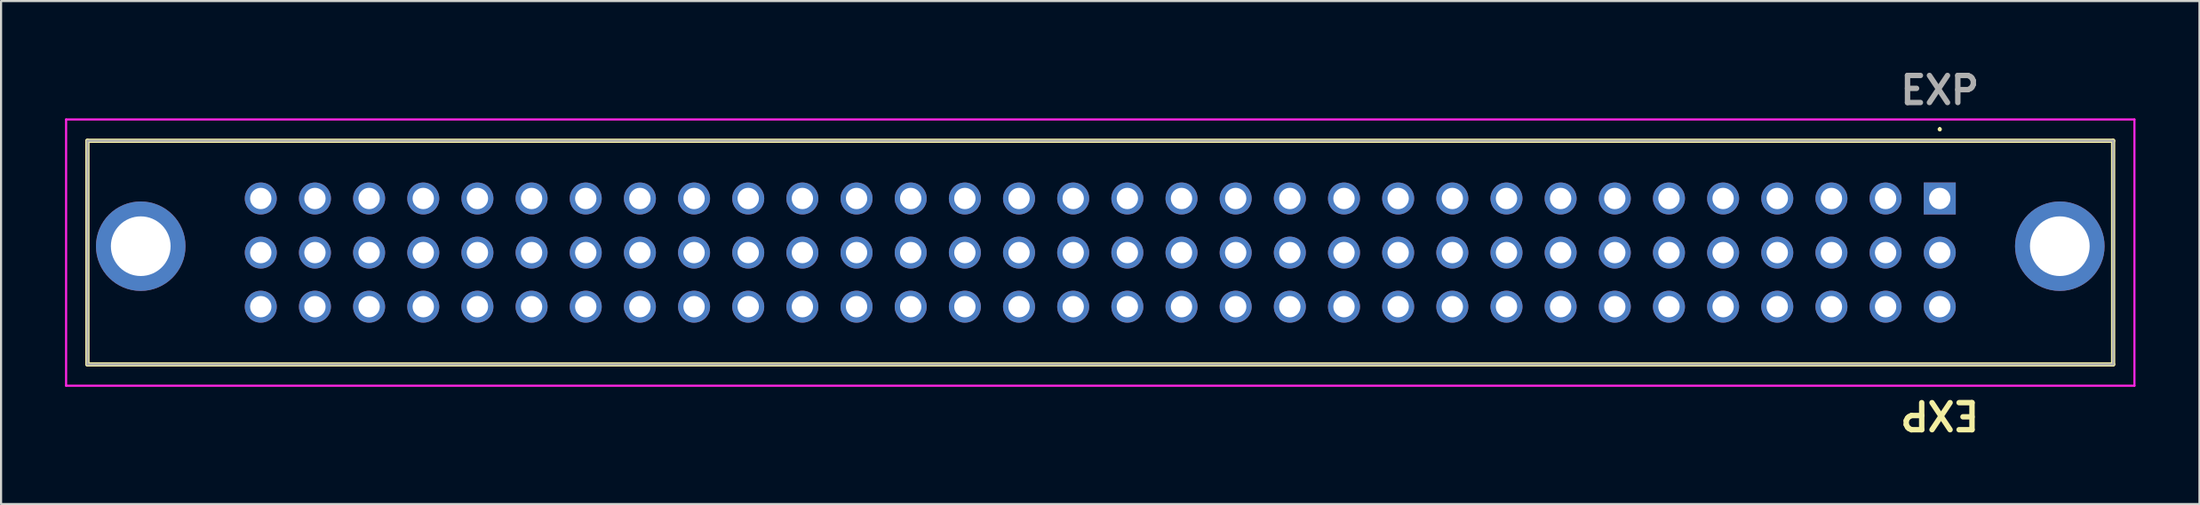
<source format=kicad_pcb>
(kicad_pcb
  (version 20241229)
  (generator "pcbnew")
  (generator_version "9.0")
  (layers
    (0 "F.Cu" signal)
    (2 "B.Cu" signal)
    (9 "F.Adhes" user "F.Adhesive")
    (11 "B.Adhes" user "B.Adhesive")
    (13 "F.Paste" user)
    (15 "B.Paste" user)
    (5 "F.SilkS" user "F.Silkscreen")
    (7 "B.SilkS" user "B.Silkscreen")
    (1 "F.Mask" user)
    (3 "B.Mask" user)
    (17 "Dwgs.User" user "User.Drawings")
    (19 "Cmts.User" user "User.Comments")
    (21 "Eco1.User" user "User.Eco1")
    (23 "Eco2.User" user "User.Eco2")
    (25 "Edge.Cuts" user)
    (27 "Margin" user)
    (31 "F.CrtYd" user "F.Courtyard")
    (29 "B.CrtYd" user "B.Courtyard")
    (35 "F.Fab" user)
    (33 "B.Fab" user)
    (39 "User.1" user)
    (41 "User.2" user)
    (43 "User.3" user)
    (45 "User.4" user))
  (footprint "EXP"
    (layer "F.Cu")
    (at 87.92 6.269)
    (property "Reference" "EXP" (at 0 10.16 180) (unlocked yes) (layer "F.SilkS") (effects (font (size 1.27 1.27) (thickness 0.254))))
    (attr through_hole)
    (fp_line (start -86.87 -2.71) (end 8.13 -2.71) (stroke (width 0.2) (type solid)) (layer "F.SilkS"))
    (fp_line (start -86.87 7.79) (end -86.87 -2.71) (stroke (width 0.2) (type solid)) (layer "F.SilkS"))
    (fp_line (start 0 -3.3) (end 0 -3.3) (stroke (width 0.1) (type solid)) (layer "F.SilkS"))
    (fp_line (start 0 -3.2) (end 0 -3.2) (stroke (width 0.1) (type solid)) (layer "F.SilkS"))
    (fp_line (start 8.13 -2.71) (end 8.13 7.79) (stroke (width 0.2) (type solid)) (layer "F.SilkS"))
    (fp_line (start 8.13 7.79) (end -86.87 7.79) (stroke (width 0.2) (type solid)) (layer "F.SilkS"))
    (fp_arc (start 0 -3.3) (mid 0.05 -3.25) (end 0 -3.2) (stroke (width 0.1) (type solid)) (layer "F.SilkS"))
    (fp_arc (start 0 -3.2) (mid -0.05 -3.25) (end 0 -3.3) (stroke (width 0.1) (type solid)) (layer "F.SilkS"))
    (fp_line (start -87.87 -3.71) (end 9.13 -3.71) (stroke (width 0.1) (type solid)) (layer "F.CrtYd"))
    (fp_line (start -87.87 8.79) (end -87.87 -3.71) (stroke (width 0.1) (type solid)) (layer "F.CrtYd"))
    (fp_line (start 9.13 -3.71) (end 9.13 8.79) (stroke (width 0.1) (type solid)) (layer "F.CrtYd"))
    (fp_line (start 9.13 8.79) (end -87.87 8.79) (stroke (width 0.1) (type solid)) (layer "F.CrtYd"))
    (fp_line (start -86.87 -2.71) (end 8.13 -2.71) (stroke (width 0.1) (type solid)) (layer "F.Fab"))
    (fp_line (start -86.87 7.79) (end -86.87 -2.71) (stroke (width 0.1) (type solid)) (layer "F.Fab"))
    (fp_line (start 8.13 -2.71) (end 8.13 7.79) (stroke (width 0.1) (type solid)) (layer "F.Fab"))
    (fp_line (start 8.13 7.79) (end -86.87 7.79) (stroke (width 0.1) (type solid)) (layer "F.Fab"))
    (fp_text user "${REFERENCE}" (at 0 -5.08 0) (layer "F.Fab") (effects (font (size 1.27 1.27) (thickness 0.254))))
    (pad "A1" thru_hole rect (at 0 0) (size 1.5 1.5) (drill 1) (layers "*.Cu" "*.Mask"))
    (pad "A2" thru_hole circle (at -2.54 0) (size 1.5 1.5) (drill 1) (layers "*.Cu" "*.Mask"))
    (pad "A3" thru_hole circle (at -5.08 0) (size 1.5 1.5) (drill 1) (layers "*.Cu" "*.Mask"))
    (pad "A4" thru_hole circle (at -7.62 0) (size 1.5 1.5) (drill 1) (layers "*.Cu" "*.Mask"))
    (pad "A5" thru_hole circle (at -10.16 0) (size 1.5 1.5) (drill 1) (layers "*.Cu" "*.Mask"))
    (pad "A6" thru_hole circle (at -12.7 0) (size 1.5 1.5) (drill 1) (layers "*.Cu" "*.Mask"))
    (pad "A7" thru_hole circle (at -15.24 0) (size 1.5 1.5) (drill 1) (layers "*.Cu" "*.Mask"))
    (pad "A8" thru_hole circle (at -17.78 0) (size 1.5 1.5) (drill 1) (layers "*.Cu" "*.Mask"))
    (pad "A9" thru_hole circle (at -20.32 0) (size 1.5 1.5) (drill 1) (layers "*.Cu" "*.Mask"))
    (pad "A10" thru_hole circle (at -22.86 0) (size 1.5 1.5) (drill 1) (layers "*.Cu" "*.Mask"))
    (pad "A11" thru_hole circle (at -25.4 0) (size 1.5 1.5) (drill 1) (layers "*.Cu" "*.Mask"))
    (pad "A12" thru_hole circle (at -27.94 0) (size 1.5 1.5) (drill 1) (layers "*.Cu" "*.Mask"))
    (pad "A13" thru_hole circle (at -30.48 0) (size 1.5 1.5) (drill 1) (layers "*.Cu" "*.Mask"))
    (pad "A14" thru_hole circle (at -33.02 0) (size 1.5 1.5) (drill 1) (layers "*.Cu" "*.Mask"))
    (pad "A15" thru_hole circle (at -35.56 0) (size 1.5 1.5) (drill 1) (layers "*.Cu" "*.Mask"))
    (pad "A16" thru_hole circle (at -38.1 0) (size 1.5 1.5) (drill 1) (layers "*.Cu" "*.Mask"))
    (pad "A17" thru_hole circle (at -40.64 0) (size 1.5 1.5) (drill 1) (layers "*.Cu" "*.Mask"))
    (pad "A18" thru_hole circle (at -43.18 0) (size 1.5 1.5) (drill 1) (layers "*.Cu" "*.Mask"))
    (pad "A19" thru_hole circle (at -45.72 0) (size 1.5 1.5) (drill 1) (layers "*.Cu" "*.Mask"))
    (pad "A20" thru_hole circle (at -48.26 0) (size 1.5 1.5) (drill 1) (layers "*.Cu" "*.Mask"))
    (pad "A21" thru_hole circle (at -50.8 0) (size 1.5 1.5) (drill 1) (layers "*.Cu" "*.Mask"))
    (pad "A22" thru_hole circle (at -53.34 0) (size 1.5 1.5) (drill 1) (layers "*.Cu" "*.Mask"))
    (pad "A23" thru_hole circle (at -55.88 0) (size 1.5 1.5) (drill 1) (layers "*.Cu" "*.Mask"))
    (pad "A24" thru_hole circle (at -58.42 0) (size 1.5 1.5) (drill 1) (layers "*.Cu" "*.Mask"))
    (pad "A25" thru_hole circle (at -60.96 0) (size 1.5 1.5) (drill 1) (layers "*.Cu" "*.Mask"))
    (pad "A26" thru_hole circle (at -63.5 0) (size 1.5 1.5) (drill 1) (layers "*.Cu" "*.Mask"))
    (pad "A27" thru_hole circle (at -66.04 0) (size 1.5 1.5) (drill 1) (layers "*.Cu" "*.Mask"))
    (pad "A28" thru_hole circle (at -68.58 0) (size 1.5 1.5) (drill 1) (layers "*.Cu" "*.Mask"))
    (pad "A29" thru_hole circle (at -71.12 0) (size 1.5 1.5) (drill 1) (layers "*.Cu" "*.Mask"))
    (pad "A30" thru_hole circle (at -73.66 0) (size 1.5 1.5) (drill 1) (layers "*.Cu" "*.Mask"))
    (pad "A31" thru_hole circle (at -76.2 0) (size 1.5 1.5) (drill 1) (layers "*.Cu" "*.Mask"))
    (pad "A32" thru_hole circle (at -78.74 0) (size 1.5 1.5) (drill 1) (layers "*.Cu" "*.Mask"))
    (pad "B1" thru_hole circle (at 0 2.54) (size 1.5 1.5) (drill 1) (layers "*.Cu" "*.Mask"))
    (pad "B2" thru_hole circle (at -2.54 2.54) (size 1.5 1.5) (drill 1) (layers "*.Cu" "*.Mask"))
    (pad "B3" thru_hole circle (at -5.08 2.54) (size 1.5 1.5) (drill 1) (layers "*.Cu" "*.Mask"))
    (pad "B4" thru_hole circle (at -7.62 2.54) (size 1.5 1.5) (drill 1) (layers "*.Cu" "*.Mask"))
    (pad "B5" thru_hole circle (at -10.16 2.54) (size 1.5 1.5) (drill 1) (layers "*.Cu" "*.Mask"))
    (pad "B6" thru_hole circle (at -12.7 2.54) (size 1.5 1.5) (drill 1) (layers "*.Cu" "*.Mask"))
    (pad "B7" thru_hole circle (at -15.24 2.54) (size 1.5 1.5) (drill 1) (layers "*.Cu" "*.Mask"))
    (pad "B8" thru_hole circle (at -17.78 2.54) (size 1.5 1.5) (drill 1) (layers "*.Cu" "*.Mask"))
    (pad "B9" thru_hole circle (at -20.32 2.54) (size 1.5 1.5) (drill 1) (layers "*.Cu" "*.Mask"))
    (pad "B10" thru_hole circle (at -22.86 2.54) (size 1.5 1.5) (drill 1) (layers "*.Cu" "*.Mask"))
    (pad "B11" thru_hole circle (at -25.4 2.54) (size 1.5 1.5) (drill 1) (layers "*.Cu" "*.Mask"))
    (pad "B12" thru_hole circle (at -27.94 2.54) (size 1.5 1.5) (drill 1) (layers "*.Cu" "*.Mask"))
    (pad "B13" thru_hole circle (at -30.48 2.54) (size 1.5 1.5) (drill 1) (layers "*.Cu" "*.Mask"))
    (pad "B14" thru_hole circle (at -33.02 2.54) (size 1.5 1.5) (drill 1) (layers "*.Cu" "*.Mask"))
    (pad "B15" thru_hole circle (at -35.56 2.54) (size 1.5 1.5) (drill 1) (layers "*.Cu" "*.Mask"))
    (pad "B16" thru_hole circle (at -38.1 2.54) (size 1.5 1.5) (drill 1) (layers "*.Cu" "*.Mask"))
    (pad "B17" thru_hole circle (at -40.64 2.54) (size 1.5 1.5) (drill 1) (layers "*.Cu" "*.Mask"))
    (pad "B18" thru_hole circle (at -43.18 2.54) (size 1.5 1.5) (drill 1) (layers "*.Cu" "*.Mask"))
    (pad "B19" thru_hole circle (at -45.72 2.54) (size 1.5 1.5) (drill 1) (layers "*.Cu" "*.Mask"))
    (pad "B20" thru_hole circle (at -48.26 2.54) (size 1.5 1.5) (drill 1) (layers "*.Cu" "*.Mask"))
    (pad "B21" thru_hole circle (at -50.8 2.54) (size 1.5 1.5) (drill 1) (layers "*.Cu" "*.Mask"))
    (pad "B22" thru_hole circle (at -53.34 2.54) (size 1.5 1.5) (drill 1) (layers "*.Cu" "*.Mask"))
    (pad "B23" thru_hole circle (at -55.88 2.54) (size 1.5 1.5) (drill 1) (layers "*.Cu" "*.Mask"))
    (pad "B24" thru_hole circle (at -58.42 2.54) (size 1.5 1.5) (drill 1) (layers "*.Cu" "*.Mask"))
    (pad "B25" thru_hole circle (at -60.96 2.54) (size 1.5 1.5) (drill 1) (layers "*.Cu" "*.Mask"))
    (pad "B26" thru_hole circle (at -63.5 2.54) (size 1.5 1.5) (drill 1) (layers "*.Cu" "*.Mask"))
    (pad "B27" thru_hole circle (at -66.04 2.54) (size 1.5 1.5) (drill 1) (layers "*.Cu" "*.Mask"))
    (pad "B28" thru_hole circle (at -68.58 2.54) (size 1.5 1.5) (drill 1) (layers "*.Cu" "*.Mask"))
    (pad "B29" thru_hole circle (at -71.12 2.54) (size 1.5 1.5) (drill 1) (layers "*.Cu" "*.Mask"))
    (pad "B30" thru_hole circle (at -73.66 2.54) (size 1.5 1.5) (drill 1) (layers "*.Cu" "*.Mask"))
    (pad "B31" thru_hole circle (at -76.2 2.54) (size 1.5 1.5) (drill 1) (layers "*.Cu" "*.Mask"))
    (pad "B32" thru_hole circle (at -78.74 2.54) (size 1.5 1.5) (drill 1) (layers "*.Cu" "*.Mask"))
    (pad "C1" thru_hole circle (at 0 5.08) (size 1.5 1.5) (drill 1) (layers "*.Cu" "*.Mask"))
    (pad "C2" thru_hole circle (at -2.54 5.08) (size 1.5 1.5) (drill 1) (layers "*.Cu" "*.Mask"))
    (pad "C3" thru_hole circle (at -5.08 5.08) (size 1.5 1.5) (drill 1) (layers "*.Cu" "*.Mask"))
    (pad "C4" thru_hole circle (at -7.62 5.08) (size 1.5 1.5) (drill 1) (layers "*.Cu" "*.Mask"))
    (pad "C5" thru_hole circle (at -10.16 5.08) (size 1.5 1.5) (drill 1) (layers "*.Cu" "*.Mask"))
    (pad "C6" thru_hole circle (at -12.7 5.08) (size 1.5 1.5) (drill 1) (layers "*.Cu" "*.Mask"))
    (pad "C7" thru_hole circle (at -15.24 5.08) (size 1.5 1.5) (drill 1) (layers "*.Cu" "*.Mask"))
    (pad "C8" thru_hole circle (at -17.78 5.08) (size 1.5 1.5) (drill 1) (layers "*.Cu" "*.Mask"))
    (pad "C9" thru_hole circle (at -20.32 5.08) (size 1.5 1.5) (drill 1) (layers "*.Cu" "*.Mask"))
    (pad "C10" thru_hole circle (at -22.86 5.08) (size 1.5 1.5) (drill 1) (layers "*.Cu" "*.Mask"))
    (pad "C11" thru_hole circle (at -25.4 5.08) (size 1.5 1.5) (drill 1) (layers "*.Cu" "*.Mask"))
    (pad "C12" thru_hole circle (at -27.94 5.08) (size 1.5 1.5) (drill 1) (layers "*.Cu" "*.Mask"))
    (pad "C13" thru_hole circle (at -30.48 5.08) (size 1.5 1.5) (drill 1) (layers "*.Cu" "*.Mask"))
    (pad "C14" thru_hole circle (at -33.02 5.08) (size 1.5 1.5) (drill 1) (layers "*.Cu" "*.Mask"))
    (pad "C15" thru_hole circle (at -35.56 5.08) (size 1.5 1.5) (drill 1) (layers "*.Cu" "*.Mask"))
    (pad "C16" thru_hole circle (at -38.1 5.08) (size 1.5 1.5) (drill 1) (layers "*.Cu" "*.Mask"))
    (pad "C17" thru_hole circle (at -40.64 5.08) (size 1.5 1.5) (drill 1) (layers "*.Cu" "*.Mask"))
    (pad "C18" thru_hole circle (at -43.18 5.08) (size 1.5 1.5) (drill 1) (layers "*.Cu" "*.Mask"))
    (pad "C19" thru_hole circle (at -45.72 5.08) (size 1.5 1.5) (drill 1) (layers "*.Cu" "*.Mask"))
    (pad "C20" thru_hole circle (at -48.26 5.08) (size 1.5 1.5) (drill 1) (layers "*.Cu" "*.Mask"))
    (pad "C21" thru_hole circle (at -50.8 5.08) (size 1.5 1.5) (drill 1) (layers "*.Cu" "*.Mask"))
    (pad "C22" thru_hole circle (at -53.34 5.08) (size 1.5 1.5) (drill 1) (layers "*.Cu" "*.Mask"))
    (pad "C23" thru_hole circle (at -55.88 5.08) (size 1.5 1.5) (drill 1) (layers "*.Cu" "*.Mask"))
    (pad "C24" thru_hole circle (at -58.42 5.08) (size 1.5 1.5) (drill 1) (layers "*.Cu" "*.Mask"))
    (pad "C25" thru_hole circle (at -60.96 5.08) (size 1.5 1.5) (drill 1) (layers "*.Cu" "*.Mask"))
    (pad "C26" thru_hole circle (at -63.5 5.08) (size 1.5 1.5) (drill 1) (layers "*.Cu" "*.Mask"))
    (pad "C27" thru_hole circle (at -66.04 5.08) (size 1.5 1.5) (drill 1) (layers "*.Cu" "*.Mask"))
    (pad "C28" thru_hole circle (at -68.58 5.08) (size 1.5 1.5) (drill 1) (layers "*.Cu" "*.Mask"))
    (pad "C29" thru_hole circle (at -71.12 5.08) (size 1.5 1.5) (drill 1) (layers "*.Cu" "*.Mask"))
    (pad "C30" thru_hole circle (at -73.66 5.08) (size 1.5 1.5) (drill 1) (layers "*.Cu" "*.Mask"))
    (pad "C31" thru_hole circle (at -76.2 5.08) (size 1.5 1.5) (drill 1) (layers "*.Cu" "*.Mask"))
    (pad "C32" thru_hole circle (at -78.74 5.08) (size 1.5 1.5) (drill 1) (layers "*.Cu" "*.Mask"))
    (pad "MH1" thru_hole circle (at 5.63 2.24) (size 4.2 4.2) (drill 2.8) (layers "*.Cu" "*.Mask"))
    (pad "MH2" thru_hole circle (at -84.37 2.24) (size 4.2 4.2) (drill 2.8) (layers "*.Cu" "*.Mask")))
  (gr_rect
    (start -3 -3)
    (end 100.1 20.617)
    (stroke (width 0.1) (type default))
    (fill no)
    (layer "Edge.Cuts")))
</source>
